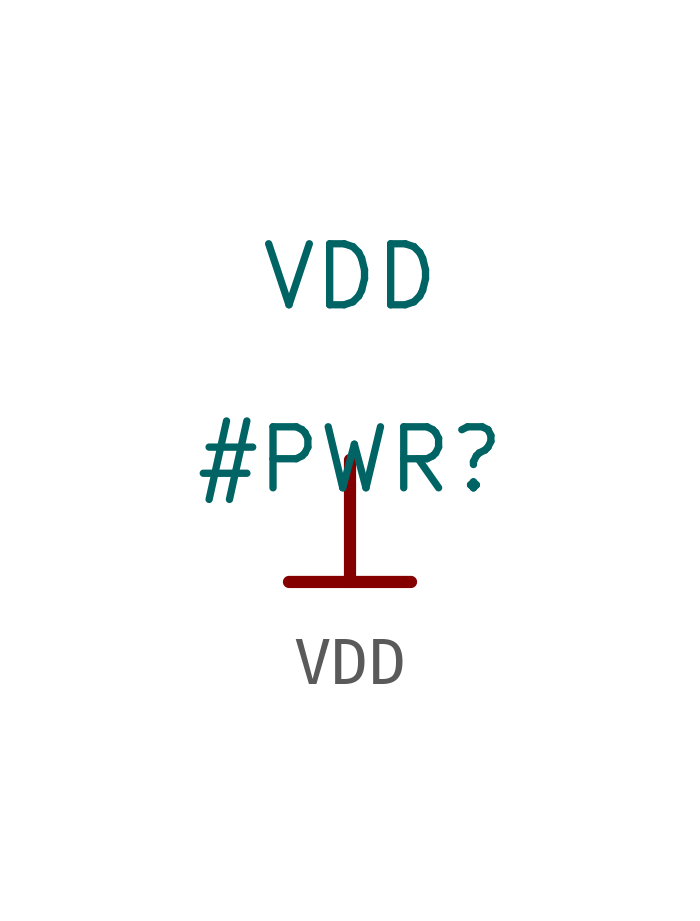
<source format=kicad_sym>
(kicad_symbol_lib
  (version 20241209)
  (generator "kicad_symbol_editor")
  (generator_version "9.0")
  (symbol "VDD"
    (power)
    (property "Reference" "#PWR"
      (at 0 0 0)
      (effects (font (size 1.27 1.27))))
    (property "Value" "VDD"
      (at 0 3.81 0)
      (effects (font (size 1.27 1.27))))
    (symbol "VDD_0_0"
      (polyline (pts (xy -1.27 -2.54) (xy 1.27 -2.54)) (stroke (width 0.254) (type solid)) (fill (type none)))
      (polyline (pts (xy 0 0) (xy 0 -2.54)) (stroke (width 0.254) (type solid)) (fill (type none)))
      (pin power_in line (at 0 0 0) (length 0) (hide yes) (name "VDD" (effects (font (size 1.27 1.27)))) (number "" (effects (font (size 1.27 1.27))))))))
</source>
